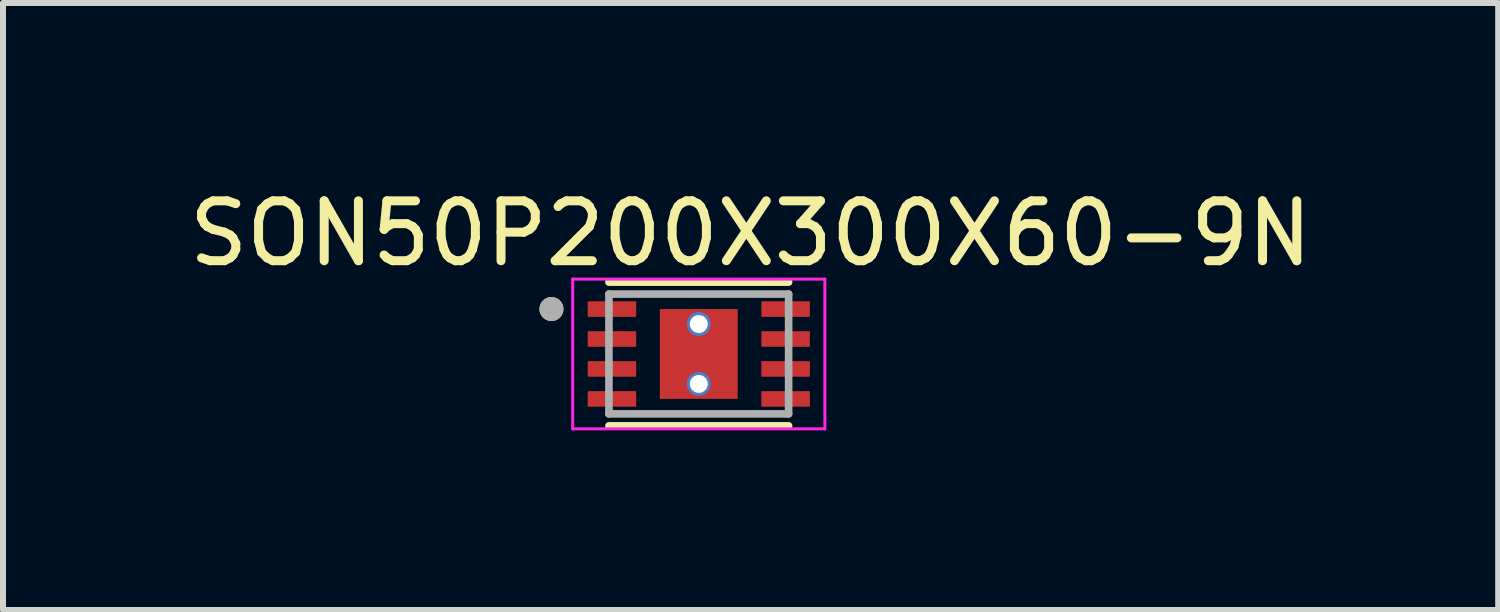
<source format=kicad_pcb>
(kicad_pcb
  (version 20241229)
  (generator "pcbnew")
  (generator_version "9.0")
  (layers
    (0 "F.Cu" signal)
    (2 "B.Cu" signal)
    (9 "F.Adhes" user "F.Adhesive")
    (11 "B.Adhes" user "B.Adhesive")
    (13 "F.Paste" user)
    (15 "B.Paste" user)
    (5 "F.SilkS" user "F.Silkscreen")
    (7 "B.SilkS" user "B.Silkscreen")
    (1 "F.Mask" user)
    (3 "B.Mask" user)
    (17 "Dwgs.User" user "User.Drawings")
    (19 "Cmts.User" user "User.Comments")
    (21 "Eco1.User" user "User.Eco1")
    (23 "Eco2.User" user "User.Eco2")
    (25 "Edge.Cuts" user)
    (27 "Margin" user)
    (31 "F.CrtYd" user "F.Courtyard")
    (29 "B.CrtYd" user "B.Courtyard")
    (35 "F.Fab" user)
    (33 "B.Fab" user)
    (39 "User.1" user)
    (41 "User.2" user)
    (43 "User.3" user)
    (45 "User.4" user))
  (footprint "SON50P200X300X60-9N"
    (layer "F.Cu")
    (at 8.617 2.86)
    (property "Reference" "SON50P200X300X60-9N" (at 0.865 -2.012 0) (layer "F.SilkS") (effects (font (size 1 1) (thickness 0.15))))
    (attr through_hole)
    (fp_line (start -1.5 -1.2) (end 1.5 -1.2) (stroke (width 0.127) (type solid)) (layer "F.SilkS"))
    (fp_line (start -1.5 1.2) (end 1.5 1.2) (stroke (width 0.127) (type solid)) (layer "F.SilkS"))
    (fp_circle (center -2.46 -0.75) (end -2.36 -0.75) (stroke (width 0.2) (type solid)) (fill no) (layer "F.SilkS"))
    (fp_poly (pts (xy -0.41 -0.47) (xy 0.41 -0.47) (xy 0.41 0.47) (xy -0.41 0.47)) (stroke (width 0.01) (type solid)) (fill yes) (layer "F.Paste"))
    (fp_line (start -2.105 -1.25) (end -2.105 1.25) (stroke (width 0.05) (type solid)) (layer "F.CrtYd"))
    (fp_line (start -2.105 -1.25) (end 2.105 -1.25) (stroke (width 0.05) (type solid)) (layer "F.CrtYd"))
    (fp_line (start -2.105 1.25) (end 2.105 1.25) (stroke (width 0.05) (type solid)) (layer "F.CrtYd"))
    (fp_line (start 2.105 -1.25) (end 2.105 1.25) (stroke (width 0.05) (type solid)) (layer "F.CrtYd"))
    (fp_line (start -1.5 -1) (end -1.5 1) (stroke (width 0.127) (type solid)) (layer "F.Fab"))
    (fp_line (start -1.5 -1) (end 1.5 -1) (stroke (width 0.127) (type solid)) (layer "F.Fab"))
    (fp_line (start -1.5 1) (end 1.5 1) (stroke (width 0.127) (type solid)) (layer "F.Fab"))
    (fp_line (start 1.5 -1) (end 1.5 1) (stroke (width 0.127) (type solid)) (layer "F.Fab"))
    (fp_circle (center -2.46 -0.75) (end -2.36 -0.75) (stroke (width 0.2) (type solid)) (fill no) (layer "F.Fab"))
    (pad "1" smd roundrect (at -1.45 -0.75) (size 0.81 0.26) (layers "F.Cu" "F.Mask" "F.Paste") (roundrect_rratio 0.03))
    (pad "2" smd roundrect (at -1.45 -0.25) (size 0.81 0.26) (layers "F.Cu" "F.Mask" "F.Paste") (roundrect_rratio 0.03))
    (pad "3" smd roundrect (at -1.45 0.25) (size 0.81 0.26) (layers "F.Cu" "F.Mask" "F.Paste") (roundrect_rratio 0.03))
    (pad "4" smd roundrect (at -1.45 0.75) (size 0.81 0.26) (layers "F.Cu" "F.Mask" "F.Paste") (roundrect_rratio 0.03))
    (pad "5" smd roundrect (at 1.45 0.75) (size 0.81 0.26) (layers "F.Cu" "F.Mask" "F.Paste") (roundrect_rratio 0.03))
    (pad "6" smd roundrect (at 1.45 0.25) (size 0.81 0.26) (layers "F.Cu" "F.Mask" "F.Paste") (roundrect_rratio 0.03))
    (pad "7" smd roundrect (at 1.45 -0.25) (size 0.81 0.26) (layers "F.Cu" "F.Mask" "F.Paste") (roundrect_rratio 0.03))
    (pad "8" smd roundrect (at 1.45 -0.75) (size 0.81 0.26) (layers "F.Cu" "F.Mask" "F.Paste") (roundrect_rratio 0.03))
    (pad "9" smd rect (at 0 0) (size 1.3 1.5) (layers "F.Cu" "F.Mask"))
    (pad "9_1" thru_hole circle (at 0 -0.5) (size 0.4 0.4) (drill 0.3) (layers "*.Cu" "*.Mask"))
    (pad "9_2" thru_hole circle (at 0 0.5) (size 0.4 0.4) (drill 0.3) (layers "*.Cu" "*.Mask")))
  (gr_rect
    (start -3 -3)
    (end 21.964 7.135)
    (stroke (width 0.1) (type default))
    (fill no)
    (layer "Edge.Cuts")))
</source>
